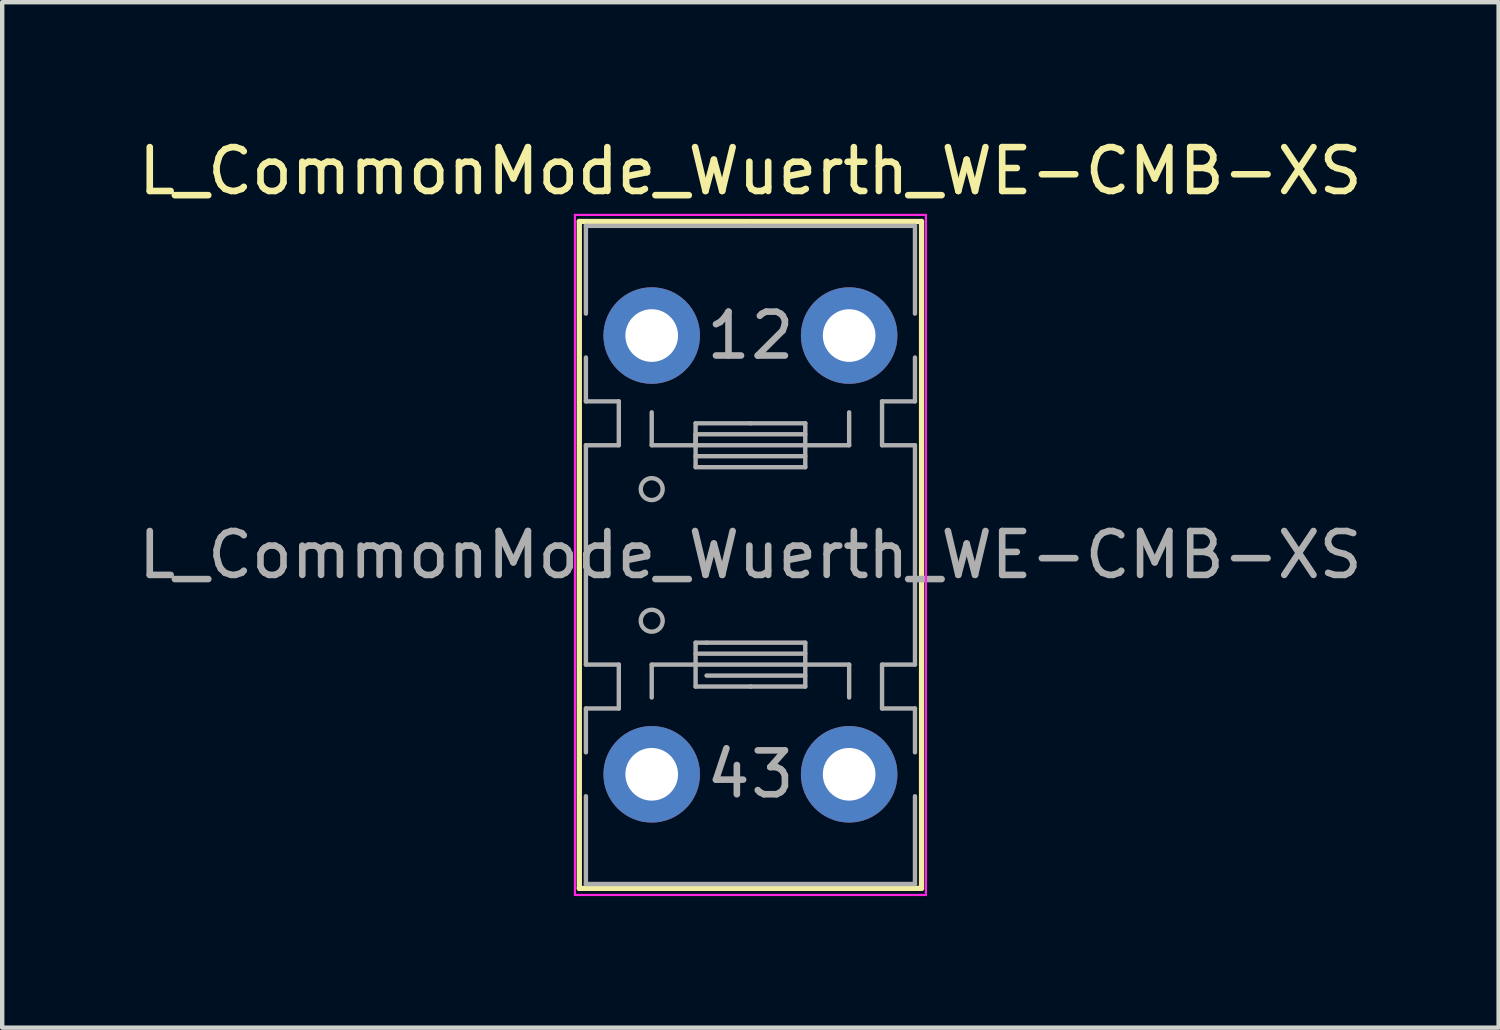
<source format=kicad_pcb>
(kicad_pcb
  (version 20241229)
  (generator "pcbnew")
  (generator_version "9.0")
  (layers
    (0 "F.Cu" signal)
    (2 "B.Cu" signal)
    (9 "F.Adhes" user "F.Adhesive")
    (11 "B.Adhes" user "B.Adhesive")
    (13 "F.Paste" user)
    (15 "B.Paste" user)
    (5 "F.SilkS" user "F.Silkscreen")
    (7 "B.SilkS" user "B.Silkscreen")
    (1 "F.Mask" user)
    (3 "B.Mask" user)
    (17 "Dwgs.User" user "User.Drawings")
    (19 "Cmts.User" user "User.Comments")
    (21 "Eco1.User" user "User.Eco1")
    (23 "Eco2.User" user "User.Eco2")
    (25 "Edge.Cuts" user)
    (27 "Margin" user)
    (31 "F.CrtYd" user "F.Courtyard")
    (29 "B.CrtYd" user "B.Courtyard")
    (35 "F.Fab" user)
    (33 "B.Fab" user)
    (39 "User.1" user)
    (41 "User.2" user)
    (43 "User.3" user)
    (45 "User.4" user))
  (footprint "L_CommonMode_Wuerth_WE-CMB-XS"
    (layer "F.Cu")
    (at 11.804 4.598)
    (property "Reference" "L_CommonMode_Wuerth_WE-CMB-XS" (at 2.25 -3.75 0) (layer "F.SilkS") (effects (font (size 1 1) (thickness 0.15))))
    (attr through_hole)
    (fp_line (start -1.65 -2.6) (end -1.65 12.6) (stroke (width 0.12) (type solid)) (layer "F.SilkS"))
    (fp_line (start -1.65 12.6) (end 6.15 12.6) (stroke (width 0.12) (type solid)) (layer "F.SilkS"))
    (fp_line (start 6.15 -2.6) (end -1.65 -2.6) (stroke (width 0.12) (type solid)) (layer "F.SilkS"))
    (fp_line (start 6.15 12.6) (end 6.15 -2.6) (stroke (width 0.12) (type solid)) (layer "F.SilkS"))
    (fp_line (start -1.75 -2.75) (end -1.75 12.75) (stroke (width 0.05) (type solid)) (layer "F.CrtYd"))
    (fp_line (start -1.75 12.75) (end 6.25 12.75) (stroke (width 0.05) (type solid)) (layer "F.CrtYd"))
    (fp_line (start 6.25 -2.75) (end -1.75 -2.75) (stroke (width 0.05) (type solid)) (layer "F.CrtYd"))
    (fp_line (start 6.25 12.75) (end 6.25 -2.75) (stroke (width 0.05) (type solid)) (layer "F.CrtYd"))
    (fp_line (start -1.5 -2.5) (end 2.25 -2.5) (stroke (width 0.1) (type solid)) (layer "F.Fab"))
    (fp_line (start -1.5 -0.5) (end -1.5 -2.5) (stroke (width 0.1) (type solid)) (layer "F.Fab"))
    (fp_line (start -1.5 1.5) (end -1.5 0.5) (stroke (width 0.1) (type solid)) (layer "F.Fab"))
    (fp_line (start -1.5 2.5) (end -0.75 2.5) (stroke (width 0.1) (type solid)) (layer "F.Fab"))
    (fp_line (start -1.5 7.5) (end -1.5 2.5) (stroke (width 0.1) (type solid)) (layer "F.Fab"))
    (fp_line (start -1.5 8.5) (end -0.75 8.5) (stroke (width 0.1) (type solid)) (layer "F.Fab"))
    (fp_line (start -1.5 9.5) (end -1.5 8.5) (stroke (width 0.1) (type solid)) (layer "F.Fab"))
    (fp_line (start -1.5 12.5) (end -1.5 10.5) (stroke (width 0.1) (type solid)) (layer "F.Fab"))
    (fp_line (start -0.75 1.5) (end -1.5 1.5) (stroke (width 0.1) (type solid)) (layer "F.Fab"))
    (fp_line (start -0.75 2.5) (end -0.75 1.5) (stroke (width 0.1) (type solid)) (layer "F.Fab"))
    (fp_line (start -0.75 7.5) (end -1.5 7.5) (stroke (width 0.1) (type solid)) (layer "F.Fab"))
    (fp_line (start -0.75 8.5) (end -0.75 7.5) (stroke (width 0.1) (type solid)) (layer "F.Fab"))
    (fp_line (start 0 2.5) (end 0 1.75) (stroke (width 0.1) (type solid)) (layer "F.Fab"))
    (fp_line (start 0 7.5) (end 0 8.25) (stroke (width 0.1) (type solid)) (layer "F.Fab"))
    (fp_line (start 1 2) (end 2.25 2) (stroke (width 0.1) (type solid)) (layer "F.Fab"))
    (fp_line (start 1 2.25) (end 1 2.5) (stroke (width 0.1) (type solid)) (layer "F.Fab"))
    (fp_line (start 1 2.5) (end 0 2.5) (stroke (width 0.1) (type solid)) (layer "F.Fab"))
    (fp_line (start 1 2.75) (end 3.5 2.75) (stroke (width 0.1) (type solid)) (layer "F.Fab"))
    (fp_line (start 1 3) (end 1 2) (stroke (width 0.1) (type solid)) (layer "F.Fab"))
    (fp_line (start 1 7) (end 1 8) (stroke (width 0.1) (type solid)) (layer "F.Fab"))
    (fp_line (start 1 7.5) (end 0 7.5) (stroke (width 0.1) (type solid)) (layer "F.Fab"))
    (fp_line (start 1 8) (end 2.25 8) (stroke (width 0.1) (type solid)) (layer "F.Fab"))
    (fp_line (start 1.25 7) (end 1 7) (stroke (width 0.1) (type solid)) (layer "F.Fab"))
    (fp_line (start 2.25 -2.5) (end 6 -2.5) (stroke (width 0.1) (type solid)) (layer "F.Fab"))
    (fp_line (start 2.25 2) (end 3.5 2) (stroke (width 0.1) (type solid)) (layer "F.Fab"))
    (fp_line (start 2.25 8) (end 3.5 8) (stroke (width 0.1) (type solid)) (layer "F.Fab"))
    (fp_line (start 3.5 2) (end 3.5 3) (stroke (width 0.1) (type solid)) (layer "F.Fab"))
    (fp_line (start 3.5 2.25) (end 1 2.25) (stroke (width 0.1) (type solid)) (layer "F.Fab"))
    (fp_line (start 3.5 2.5) (end 1 2.5) (stroke (width 0.1) (type solid)) (layer "F.Fab"))
    (fp_line (start 3.5 2.5) (end 4.5 2.5) (stroke (width 0.1) (type solid)) (layer "F.Fab"))
    (fp_line (start 3.5 3) (end 1 3) (stroke (width 0.1) (type solid)) (layer "F.Fab"))
    (fp_line (start 3.5 7) (end 1.25 7) (stroke (width 0.1) (type solid)) (layer "F.Fab"))
    (fp_line (start 3.5 7.25) (end 1 7.25) (stroke (width 0.1) (type solid)) (layer "F.Fab"))
    (fp_line (start 3.5 7.5) (end 1 7.5) (stroke (width 0.1) (type solid)) (layer "F.Fab"))
    (fp_line (start 3.5 7.5) (end 4.5 7.5) (stroke (width 0.1) (type solid)) (layer "F.Fab"))
    (fp_line (start 3.5 7.75) (end 1.25 7.75) (stroke (width 0.1) (type solid)) (layer "F.Fab"))
    (fp_line (start 3.5 8) (end 3.5 7) (stroke (width 0.1) (type solid)) (layer "F.Fab"))
    (fp_line (start 4.5 2.5) (end 4.5 1.75) (stroke (width 0.1) (type solid)) (layer "F.Fab"))
    (fp_line (start 4.5 7.5) (end 4.5 8.25) (stroke (width 0.1) (type solid)) (layer "F.Fab"))
    (fp_line (start 5.25 1.5) (end 5.25 2.5) (stroke (width 0.1) (type solid)) (layer "F.Fab"))
    (fp_line (start 5.25 2.5) (end 6 2.5) (stroke (width 0.1) (type solid)) (layer "F.Fab"))
    (fp_line (start 5.25 7.5) (end 5.25 8.5) (stroke (width 0.1) (type solid)) (layer "F.Fab"))
    (fp_line (start 5.25 8.5) (end 6 8.5) (stroke (width 0.1) (type solid)) (layer "F.Fab"))
    (fp_line (start 6 -2.5) (end 6 -0.5) (stroke (width 0.1) (type solid)) (layer "F.Fab"))
    (fp_line (start 6 0.5) (end 6 1.5) (stroke (width 0.1) (type solid)) (layer "F.Fab"))
    (fp_line (start 6 1.5) (end 5.25 1.5) (stroke (width 0.1) (type solid)) (layer "F.Fab"))
    (fp_line (start 6 2.5) (end 6 7.5) (stroke (width 0.1) (type solid)) (layer "F.Fab"))
    (fp_line (start 6 7.5) (end 5.25 7.5) (stroke (width 0.1) (type solid)) (layer "F.Fab"))
    (fp_line (start 6 8.5) (end 6 9.5) (stroke (width 0.1) (type solid)) (layer "F.Fab"))
    (fp_line (start 6 10.5) (end 6 12.5) (stroke (width 0.1) (type solid)) (layer "F.Fab"))
    (fp_line (start 6 12.5) (end -1.5 12.5) (stroke (width 0.1) (type solid)) (layer "F.Fab"))
    (fp_circle (center 0 3.5) (end 0.25 3.5) (stroke (width 0.1) (type solid)) (fill no) (layer "F.Fab"))
    (fp_circle (center 0 6.5) (end 0 6.25) (stroke (width 0.1) (type solid)) (fill no) (layer "F.Fab"))
    (fp_text user "4" (at 1.75 10 0) (layer "F.Fab") (effects (font (size 1 1) (thickness 0.15))))
    (fp_text user "3" (at 2.75 10 0) (layer "F.Fab") (effects (font (size 1 1) (thickness 0.15))))
    (fp_text user "1" (at 1.75 0 0) (layer "F.Fab") (effects (font (size 1 1) (thickness 0.15))))
    (fp_text user "${REFERENCE}" (at 2.25 5 0) (layer "F.Fab") (effects (font (size 1 1) (thickness 0.15))))
    (fp_text user "2" (at 2.75 0 0) (layer "F.Fab") (effects (font (size 1 1) (thickness 0.15))))
    (pad "1" thru_hole circle (at 0 0) (size 2.2 2.2) (drill 1.2) (layers "*.Cu" "*.Mask"))
    (pad "2" thru_hole circle (at 4.5 0) (size 2.2 2.2) (drill 1.2) (layers "*.Cu" "*.Mask"))
    (pad "3" thru_hole circle (at 4.5 10) (size 2.2 2.2) (drill 1.2) (layers "*.Cu" "*.Mask"))
    (pad "4" thru_hole circle (at 0 10) (size 2.2 2.2) (drill 1.2) (layers "*.Cu" "*.Mask")))
  (gr_rect
    (start -3 -3)
    (end 31.107 20.373)
    (stroke (width 0.1) (type default))
    (fill no)
    (layer "Edge.Cuts")))
</source>
